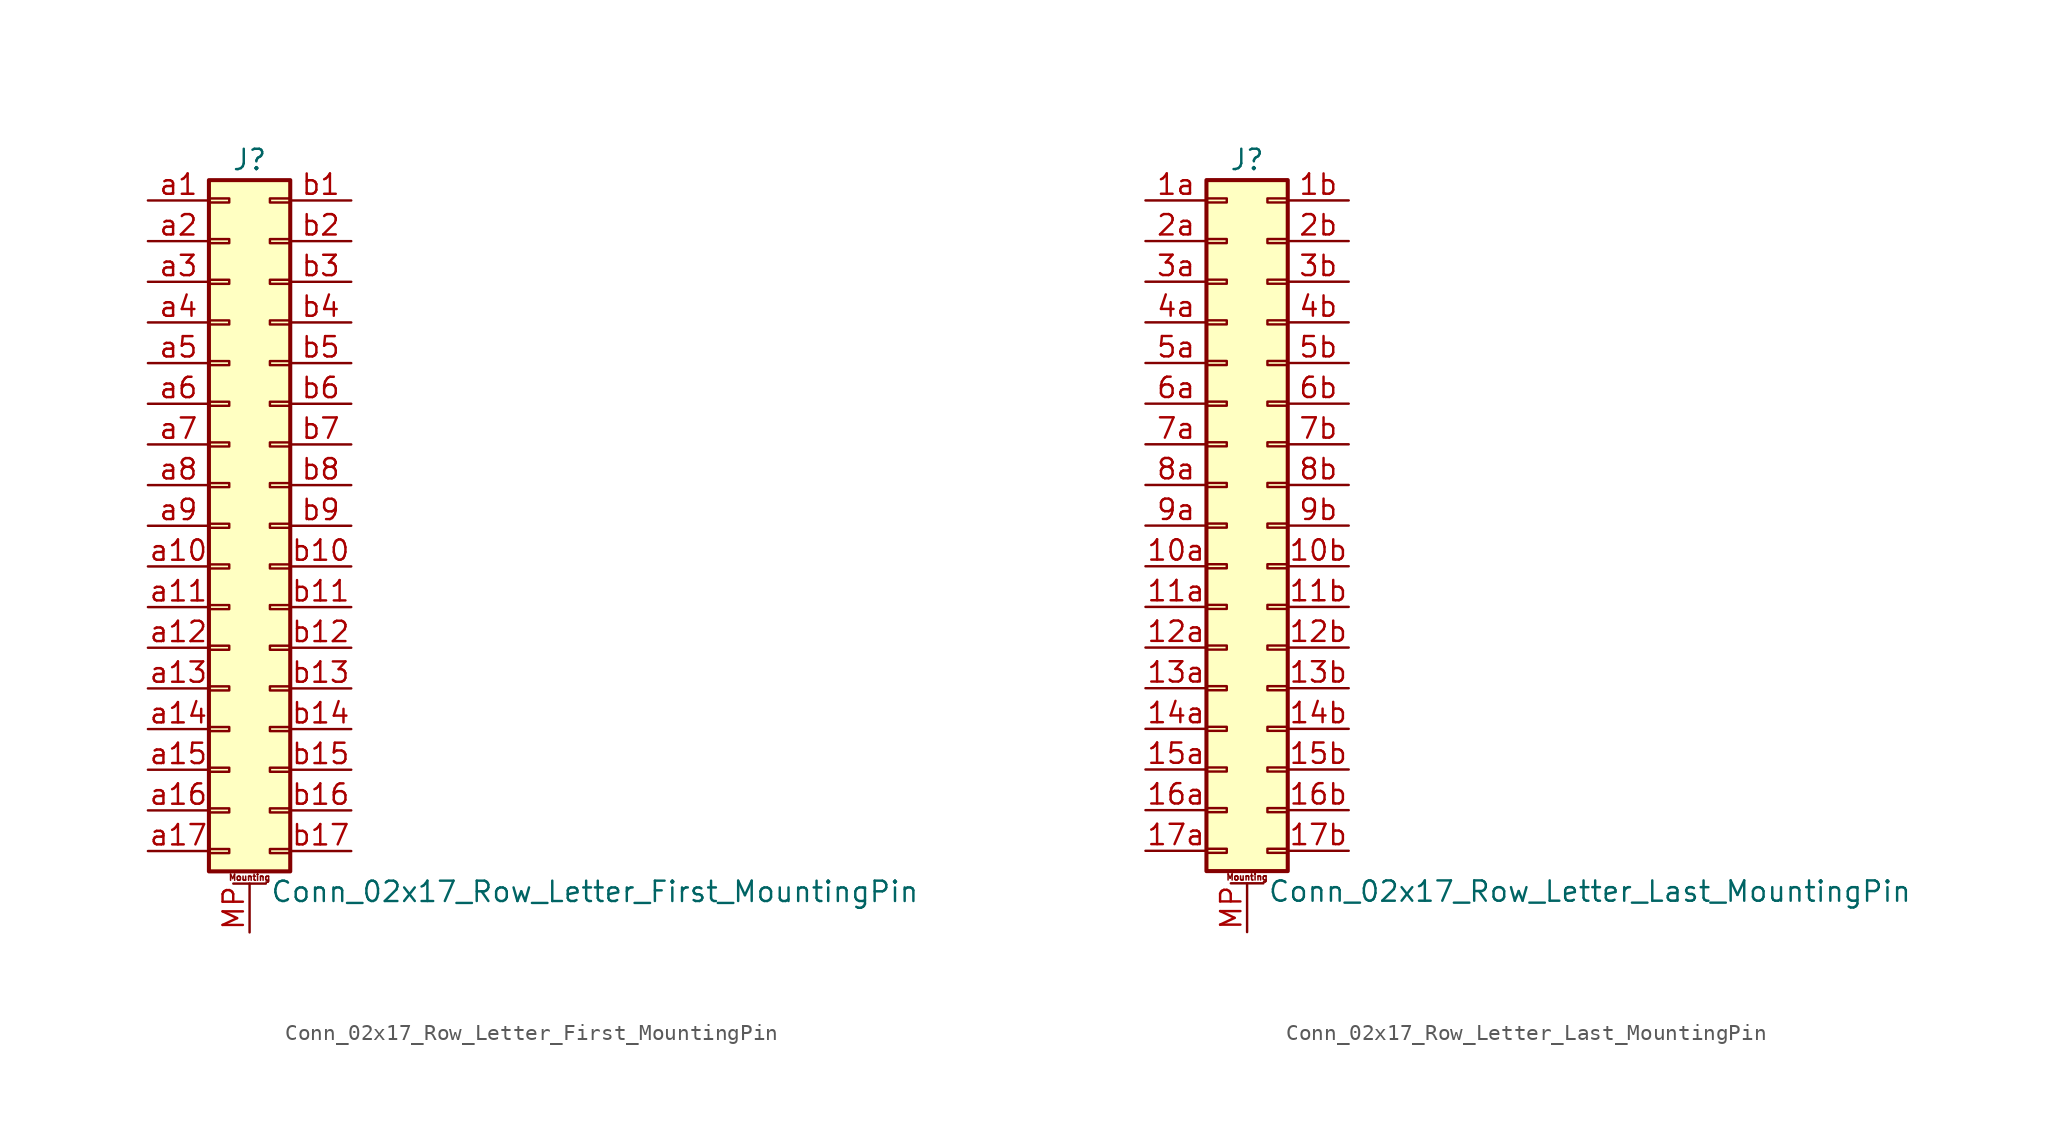
<source format=kicad_sym>
(kicad_symbol_lib
  (version 20211014)
  (generator kicad_symbol_editor)
  (symbol "Conn_02x17_Row_Letter_First_MountingPin"
    (pin_names
      (offset 1.016) hide)
    (property "Reference" "J"
      (at 1.27 22.86 0)
      (effects (font (size 1.27 1.27))))
    (property "Value" "Conn_02x17_Row_Letter_First_MountingPin"
      (at 2.54 -22.86 0)
      (effects (font (size 1.27 1.27)) (justify left)))
    (symbol "Conn_02x17_Row_Letter_First_MountingPin_1_1"
      (rectangle (start -1.27 -20.193) (end 0 -20.447) (stroke (width 0.152) (type default) (color 0 0 0 0)) (fill (type none)))
      (rectangle (start -1.27 -17.653) (end 0 -17.907) (stroke (width 0.152) (type default) (color 0 0 0 0)) (fill (type none)))
      (rectangle (start -1.27 -15.113) (end 0 -15.367) (stroke (width 0.152) (type default) (color 0 0 0 0)) (fill (type none)))
      (rectangle (start -1.27 -12.573) (end 0 -12.827) (stroke (width 0.152) (type default) (color 0 0 0 0)) (fill (type none)))
      (rectangle (start -1.27 -10.033) (end 0 -10.287) (stroke (width 0.152) (type default) (color 0 0 0 0)) (fill (type none)))
      (rectangle (start -1.27 -7.493) (end 0 -7.747) (stroke (width 0.152) (type default) (color 0 0 0 0)) (fill (type none)))
      (rectangle (start -1.27 -4.953) (end 0 -5.207) (stroke (width 0.152) (type default) (color 0 0 0 0)) (fill (type none)))
      (rectangle (start -1.27 -2.413) (end 0 -2.667) (stroke (width 0.152) (type default) (color 0 0 0 0)) (fill (type none)))
      (rectangle (start -1.27 0.127) (end 0 -0.127) (stroke (width 0.152) (type default) (color 0 0 0 0)) (fill (type none)))
      (rectangle (start -1.27 2.667) (end 0 2.413) (stroke (width 0.152) (type default) (color 0 0 0 0)) (fill (type none)))
      (rectangle (start -1.27 5.207) (end 0 4.953) (stroke (width 0.152) (type default) (color 0 0 0 0)) (fill (type none)))
      (rectangle (start -1.27 7.747) (end 0 7.493) (stroke (width 0.152) (type default) (color 0 0 0 0)) (fill (type none)))
      (rectangle (start -1.27 10.287) (end 0 10.033) (stroke (width 0.152) (type default) (color 0 0 0 0)) (fill (type none)))
      (rectangle (start -1.27 12.827) (end 0 12.573) (stroke (width 0.152) (type default) (color 0 0 0 0)) (fill (type none)))
      (rectangle (start -1.27 15.367) (end 0 15.113) (stroke (width 0.152) (type default) (color 0 0 0 0)) (fill (type none)))
      (rectangle (start -1.27 17.907) (end 0 17.653) (stroke (width 0.152) (type default) (color 0 0 0 0)) (fill (type none)))
      (rectangle (start -1.27 20.447) (end 0 20.193) (stroke (width 0.152) (type default) (color 0 0 0 0)) (fill (type none)))
      (rectangle (start -1.27 21.59) (end 3.81 -21.59) (stroke (width 0.254) (type default) (color 0 0 0 0)) (fill (type background)))
      (polyline (pts (xy 0.254 -22.352) (xy 2.286 -22.352)) (stroke (width 0.152) (type default) (color 0 0 0 0)) (fill (type none)))
      (rectangle (start 3.81 -20.193) (end 2.54 -20.447) (stroke (width 0.152) (type default) (color 0 0 0 0)) (fill (type none)))
      (rectangle (start 3.81 -17.653) (end 2.54 -17.907) (stroke (width 0.152) (type default) (color 0 0 0 0)) (fill (type none)))
      (rectangle (start 3.81 -15.113) (end 2.54 -15.367) (stroke (width 0.152) (type default) (color 0 0 0 0)) (fill (type none)))
      (rectangle (start 3.81 -12.573) (end 2.54 -12.827) (stroke (width 0.152) (type default) (color 0 0 0 0)) (fill (type none)))
      (rectangle (start 3.81 -10.033) (end 2.54 -10.287) (stroke (width 0.152) (type default) (color 0 0 0 0)) (fill (type none)))
      (rectangle (start 3.81 -7.493) (end 2.54 -7.747) (stroke (width 0.152) (type default) (color 0 0 0 0)) (fill (type none)))
      (rectangle (start 3.81 -4.953) (end 2.54 -5.207) (stroke (width 0.152) (type default) (color 0 0 0 0)) (fill (type none)))
      (rectangle (start 3.81 -2.413) (end 2.54 -2.667) (stroke (width 0.152) (type default) (color 0 0 0 0)) (fill (type none)))
      (rectangle (start 3.81 0.127) (end 2.54 -0.127) (stroke (width 0.152) (type default) (color 0 0 0 0)) (fill (type none)))
      (rectangle (start 3.81 2.667) (end 2.54 2.413) (stroke (width 0.152) (type default) (color 0 0 0 0)) (fill (type none)))
      (rectangle (start 3.81 5.207) (end 2.54 4.953) (stroke (width 0.152) (type default) (color 0 0 0 0)) (fill (type none)))
      (rectangle (start 3.81 7.747) (end 2.54 7.493) (stroke (width 0.152) (type default) (color 0 0 0 0)) (fill (type none)))
      (rectangle (start 3.81 10.287) (end 2.54 10.033) (stroke (width 0.152) (type default) (color 0 0 0 0)) (fill (type none)))
      (rectangle (start 3.81 12.827) (end 2.54 12.573) (stroke (width 0.152) (type default) (color 0 0 0 0)) (fill (type none)))
      (rectangle (start 3.81 15.367) (end 2.54 15.113) (stroke (width 0.152) (type default) (color 0 0 0 0)) (fill (type none)))
      (rectangle (start 3.81 17.907) (end 2.54 17.653) (stroke (width 0.152) (type default) (color 0 0 0 0)) (fill (type none)))
      (rectangle (start 3.81 20.447) (end 2.54 20.193) (stroke (width 0.152) (type default) (color 0 0 0 0)) (fill (type none)))
      (text "Mounting" (at 1.27 -21.971 0) (effects (font (size 0.381 0.381))))
      (pin passive line (at 1.27 -25.4 90) (length 3.048) (name "MountPin" (effects (font (size 1.27 1.27)))) (number "MP" (effects (font (size 1.27 1.27)))))
      (pin passive line (at -5.08 20.32 0) (length 3.81) (name "Pin_a1" (effects (font (size 1.27 1.27)))) (number "a1" (effects (font (size 1.27 1.27)))))
      (pin passive line (at -5.08 -2.54 0) (length 3.81) (name "Pin_a10" (effects (font (size 1.27 1.27)))) (number "a10" (effects (font (size 1.27 1.27)))))
      (pin passive line (at -5.08 -5.08 0) (length 3.81) (name "Pin_a11" (effects (font (size 1.27 1.27)))) (number "a11" (effects (font (size 1.27 1.27)))))
      (pin passive line (at -5.08 -7.62 0) (length 3.81) (name "Pin_a12" (effects (font (size 1.27 1.27)))) (number "a12" (effects (font (size 1.27 1.27)))))
      (pin passive line (at -5.08 -10.16 0) (length 3.81) (name "Pin_a13" (effects (font (size 1.27 1.27)))) (number "a13" (effects (font (size 1.27 1.27)))))
      (pin passive line (at -5.08 -12.7 0) (length 3.81) (name "Pin_a14" (effects (font (size 1.27 1.27)))) (number "a14" (effects (font (size 1.27 1.27)))))
      (pin passive line (at -5.08 -15.24 0) (length 3.81) (name "Pin_a15" (effects (font (size 1.27 1.27)))) (number "a15" (effects (font (size 1.27 1.27)))))
      (pin passive line (at -5.08 -17.78 0) (length 3.81) (name "Pin_a16" (effects (font (size 1.27 1.27)))) (number "a16" (effects (font (size 1.27 1.27)))))
      (pin passive line (at -5.08 -20.32 0) (length 3.81) (name "Pin_a17" (effects (font (size 1.27 1.27)))) (number "a17" (effects (font (size 1.27 1.27)))))
      (pin passive line (at -5.08 17.78 0) (length 3.81) (name "Pin_a2" (effects (font (size 1.27 1.27)))) (number "a2" (effects (font (size 1.27 1.27)))))
      (pin passive line (at -5.08 15.24 0) (length 3.81) (name "Pin_a3" (effects (font (size 1.27 1.27)))) (number "a3" (effects (font (size 1.27 1.27)))))
      (pin passive line (at -5.08 12.7 0) (length 3.81) (name "Pin_a4" (effects (font (size 1.27 1.27)))) (number "a4" (effects (font (size 1.27 1.27)))))
      (pin passive line (at -5.08 10.16 0) (length 3.81) (name "Pin_a5" (effects (font (size 1.27 1.27)))) (number "a5" (effects (font (size 1.27 1.27)))))
      (pin passive line (at -5.08 7.62 0) (length 3.81) (name "Pin_a6" (effects (font (size 1.27 1.27)))) (number "a6" (effects (font (size 1.27 1.27)))))
      (pin passive line (at -5.08 5.08 0) (length 3.81) (name "Pin_a7" (effects (font (size 1.27 1.27)))) (number "a7" (effects (font (size 1.27 1.27)))))
      (pin passive line (at -5.08 2.54 0) (length 3.81) (name "Pin_a8" (effects (font (size 1.27 1.27)))) (number "a8" (effects (font (size 1.27 1.27)))))
      (pin passive line (at -5.08 0 0) (length 3.81) (name "Pin_a9" (effects (font (size 1.27 1.27)))) (number "a9" (effects (font (size 1.27 1.27)))))
      (pin passive line (at 7.62 20.32 180) (length 3.81) (name "Pin_b1" (effects (font (size 1.27 1.27)))) (number "b1" (effects (font (size 1.27 1.27)))))
      (pin passive line (at 7.62 -2.54 180) (length 3.81) (name "Pin_b10" (effects (font (size 1.27 1.27)))) (number "b10" (effects (font (size 1.27 1.27)))))
      (pin passive line (at 7.62 -5.08 180) (length 3.81) (name "Pin_b11" (effects (font (size 1.27 1.27)))) (number "b11" (effects (font (size 1.27 1.27)))))
      (pin passive line (at 7.62 -7.62 180) (length 3.81) (name "Pin_b12" (effects (font (size 1.27 1.27)))) (number "b12" (effects (font (size 1.27 1.27)))))
      (pin passive line (at 7.62 -10.16 180) (length 3.81) (name "Pin_b13" (effects (font (size 1.27 1.27)))) (number "b13" (effects (font (size 1.27 1.27)))))
      (pin passive line (at 7.62 -12.7 180) (length 3.81) (name "Pin_b14" (effects (font (size 1.27 1.27)))) (number "b14" (effects (font (size 1.27 1.27)))))
      (pin passive line (at 7.62 -15.24 180) (length 3.81) (name "Pin_b15" (effects (font (size 1.27 1.27)))) (number "b15" (effects (font (size 1.27 1.27)))))
      (pin passive line (at 7.62 -17.78 180) (length 3.81) (name "Pin_b16" (effects (font (size 1.27 1.27)))) (number "b16" (effects (font (size 1.27 1.27)))))
      (pin passive line (at 7.62 -20.32 180) (length 3.81) (name "Pin_b17" (effects (font (size 1.27 1.27)))) (number "b17" (effects (font (size 1.27 1.27)))))
      (pin passive line (at 7.62 17.78 180) (length 3.81) (name "Pin_b2" (effects (font (size 1.27 1.27)))) (number "b2" (effects (font (size 1.27 1.27)))))
      (pin passive line (at 7.62 15.24 180) (length 3.81) (name "Pin_b3" (effects (font (size 1.27 1.27)))) (number "b3" (effects (font (size 1.27 1.27)))))
      (pin passive line (at 7.62 12.7 180) (length 3.81) (name "Pin_b4" (effects (font (size 1.27 1.27)))) (number "b4" (effects (font (size 1.27 1.27)))))
      (pin passive line (at 7.62 10.16 180) (length 3.81) (name "Pin_b5" (effects (font (size 1.27 1.27)))) (number "b5" (effects (font (size 1.27 1.27)))))
      (pin passive line (at 7.62 7.62 180) (length 3.81) (name "Pin_b6" (effects (font (size 1.27 1.27)))) (number "b6" (effects (font (size 1.27 1.27)))))
      (pin passive line (at 7.62 5.08 180) (length 3.81) (name "Pin_b7" (effects (font (size 1.27 1.27)))) (number "b7" (effects (font (size 1.27 1.27)))))
      (pin passive line (at 7.62 2.54 180) (length 3.81) (name "Pin_b8" (effects (font (size 1.27 1.27)))) (number "b8" (effects (font (size 1.27 1.27)))))
      (pin passive line (at 7.62 0 180) (length 3.81) (name "Pin_b9" (effects (font (size 1.27 1.27)))) (number "b9" (effects (font (size 1.27 1.27)))))))
  (symbol "Conn_02x17_Row_Letter_Last_MountingPin"
    (pin_names
      (offset 1.016) hide)
    (property "Reference" "J"
      (at 1.27 22.86 0)
      (effects (font (size 1.27 1.27))))
    (property "Value" "Conn_02x17_Row_Letter_Last_MountingPin"
      (at 2.54 -22.86 0)
      (effects (font (size 1.27 1.27)) (justify left)))
    (symbol "Conn_02x17_Row_Letter_Last_MountingPin_1_1"
      (rectangle (start -1.27 -20.193) (end 0 -20.447) (stroke (width 0.152) (type default) (color 0 0 0 0)) (fill (type none)))
      (rectangle (start -1.27 -17.653) (end 0 -17.907) (stroke (width 0.152) (type default) (color 0 0 0 0)) (fill (type none)))
      (rectangle (start -1.27 -15.113) (end 0 -15.367) (stroke (width 0.152) (type default) (color 0 0 0 0)) (fill (type none)))
      (rectangle (start -1.27 -12.573) (end 0 -12.827) (stroke (width 0.152) (type default) (color 0 0 0 0)) (fill (type none)))
      (rectangle (start -1.27 -10.033) (end 0 -10.287) (stroke (width 0.152) (type default) (color 0 0 0 0)) (fill (type none)))
      (rectangle (start -1.27 -7.493) (end 0 -7.747) (stroke (width 0.152) (type default) (color 0 0 0 0)) (fill (type none)))
      (rectangle (start -1.27 -4.953) (end 0 -5.207) (stroke (width 0.152) (type default) (color 0 0 0 0)) (fill (type none)))
      (rectangle (start -1.27 -2.413) (end 0 -2.667) (stroke (width 0.152) (type default) (color 0 0 0 0)) (fill (type none)))
      (rectangle (start -1.27 0.127) (end 0 -0.127) (stroke (width 0.152) (type default) (color 0 0 0 0)) (fill (type none)))
      (rectangle (start -1.27 2.667) (end 0 2.413) (stroke (width 0.152) (type default) (color 0 0 0 0)) (fill (type none)))
      (rectangle (start -1.27 5.207) (end 0 4.953) (stroke (width 0.152) (type default) (color 0 0 0 0)) (fill (type none)))
      (rectangle (start -1.27 7.747) (end 0 7.493) (stroke (width 0.152) (type default) (color 0 0 0 0)) (fill (type none)))
      (rectangle (start -1.27 10.287) (end 0 10.033) (stroke (width 0.152) (type default) (color 0 0 0 0)) (fill (type none)))
      (rectangle (start -1.27 12.827) (end 0 12.573) (stroke (width 0.152) (type default) (color 0 0 0 0)) (fill (type none)))
      (rectangle (start -1.27 15.367) (end 0 15.113) (stroke (width 0.152) (type default) (color 0 0 0 0)) (fill (type none)))
      (rectangle (start -1.27 17.907) (end 0 17.653) (stroke (width 0.152) (type default) (color 0 0 0 0)) (fill (type none)))
      (rectangle (start -1.27 20.447) (end 0 20.193) (stroke (width 0.152) (type default) (color 0 0 0 0)) (fill (type none)))
      (rectangle (start -1.27 21.59) (end 3.81 -21.59) (stroke (width 0.254) (type default) (color 0 0 0 0)) (fill (type background)))
      (polyline (pts (xy 0.254 -22.352) (xy 2.286 -22.352)) (stroke (width 0.152) (type default) (color 0 0 0 0)) (fill (type none)))
      (rectangle (start 3.81 -20.193) (end 2.54 -20.447) (stroke (width 0.152) (type default) (color 0 0 0 0)) (fill (type none)))
      (rectangle (start 3.81 -17.653) (end 2.54 -17.907) (stroke (width 0.152) (type default) (color 0 0 0 0)) (fill (type none)))
      (rectangle (start 3.81 -15.113) (end 2.54 -15.367) (stroke (width 0.152) (type default) (color 0 0 0 0)) (fill (type none)))
      (rectangle (start 3.81 -12.573) (end 2.54 -12.827) (stroke (width 0.152) (type default) (color 0 0 0 0)) (fill (type none)))
      (rectangle (start 3.81 -10.033) (end 2.54 -10.287) (stroke (width 0.152) (type default) (color 0 0 0 0)) (fill (type none)))
      (rectangle (start 3.81 -7.493) (end 2.54 -7.747) (stroke (width 0.152) (type default) (color 0 0 0 0)) (fill (type none)))
      (rectangle (start 3.81 -4.953) (end 2.54 -5.207) (stroke (width 0.152) (type default) (color 0 0 0 0)) (fill (type none)))
      (rectangle (start 3.81 -2.413) (end 2.54 -2.667) (stroke (width 0.152) (type default) (color 0 0 0 0)) (fill (type none)))
      (rectangle (start 3.81 0.127) (end 2.54 -0.127) (stroke (width 0.152) (type default) (color 0 0 0 0)) (fill (type none)))
      (rectangle (start 3.81 2.667) (end 2.54 2.413) (stroke (width 0.152) (type default) (color 0 0 0 0)) (fill (type none)))
      (rectangle (start 3.81 5.207) (end 2.54 4.953) (stroke (width 0.152) (type default) (color 0 0 0 0)) (fill (type none)))
      (rectangle (start 3.81 7.747) (end 2.54 7.493) (stroke (width 0.152) (type default) (color 0 0 0 0)) (fill (type none)))
      (rectangle (start 3.81 10.287) (end 2.54 10.033) (stroke (width 0.152) (type default) (color 0 0 0 0)) (fill (type none)))
      (rectangle (start 3.81 12.827) (end 2.54 12.573) (stroke (width 0.152) (type default) (color 0 0 0 0)) (fill (type none)))
      (rectangle (start 3.81 15.367) (end 2.54 15.113) (stroke (width 0.152) (type default) (color 0 0 0 0)) (fill (type none)))
      (rectangle (start 3.81 17.907) (end 2.54 17.653) (stroke (width 0.152) (type default) (color 0 0 0 0)) (fill (type none)))
      (rectangle (start 3.81 20.447) (end 2.54 20.193) (stroke (width 0.152) (type default) (color 0 0 0 0)) (fill (type none)))
      (text "Mounting" (at 1.27 -21.971 0) (effects (font (size 0.381 0.381))))
      (pin passive line (at -5.08 -2.54 0) (length 3.81) (name "Pin_10a" (effects (font (size 1.27 1.27)))) (number "10a" (effects (font (size 1.27 1.27)))))
      (pin passive line (at 7.62 -2.54 180) (length 3.81) (name "Pin_10b" (effects (font (size 1.27 1.27)))) (number "10b" (effects (font (size 1.27 1.27)))))
      (pin passive line (at -5.08 -5.08 0) (length 3.81) (name "Pin_11a" (effects (font (size 1.27 1.27)))) (number "11a" (effects (font (size 1.27 1.27)))))
      (pin passive line (at 7.62 -5.08 180) (length 3.81) (name "Pin_11b" (effects (font (size 1.27 1.27)))) (number "11b" (effects (font (size 1.27 1.27)))))
      (pin passive line (at -5.08 -7.62 0) (length 3.81) (name "Pin_12a" (effects (font (size 1.27 1.27)))) (number "12a" (effects (font (size 1.27 1.27)))))
      (pin passive line (at 7.62 -7.62 180) (length 3.81) (name "Pin_12b" (effects (font (size 1.27 1.27)))) (number "12b" (effects (font (size 1.27 1.27)))))
      (pin passive line (at -5.08 -10.16 0) (length 3.81) (name "Pin_13a" (effects (font (size 1.27 1.27)))) (number "13a" (effects (font (size 1.27 1.27)))))
      (pin passive line (at 7.62 -10.16 180) (length 3.81) (name "Pin_13b" (effects (font (size 1.27 1.27)))) (number "13b" (effects (font (size 1.27 1.27)))))
      (pin passive line (at -5.08 -12.7 0) (length 3.81) (name "Pin_14a" (effects (font (size 1.27 1.27)))) (number "14a" (effects (font (size 1.27 1.27)))))
      (pin passive line (at 7.62 -12.7 180) (length 3.81) (name "Pin_14b" (effects (font (size 1.27 1.27)))) (number "14b" (effects (font (size 1.27 1.27)))))
      (pin passive line (at -5.08 -15.24 0) (length 3.81) (name "Pin_15a" (effects (font (size 1.27 1.27)))) (number "15a" (effects (font (size 1.27 1.27)))))
      (pin passive line (at 7.62 -15.24 180) (length 3.81) (name "Pin_15b" (effects (font (size 1.27 1.27)))) (number "15b" (effects (font (size 1.27 1.27)))))
      (pin passive line (at -5.08 -17.78 0) (length 3.81) (name "Pin_16a" (effects (font (size 1.27 1.27)))) (number "16a" (effects (font (size 1.27 1.27)))))
      (pin passive line (at 7.62 -17.78 180) (length 3.81) (name "Pin_16b" (effects (font (size 1.27 1.27)))) (number "16b" (effects (font (size 1.27 1.27)))))
      (pin passive line (at -5.08 -20.32 0) (length 3.81) (name "Pin_17a" (effects (font (size 1.27 1.27)))) (number "17a" (effects (font (size 1.27 1.27)))))
      (pin passive line (at 7.62 -20.32 180) (length 3.81) (name "Pin_17b" (effects (font (size 1.27 1.27)))) (number "17b" (effects (font (size 1.27 1.27)))))
      (pin passive line (at -5.08 20.32 0) (length 3.81) (name "Pin_1a" (effects (font (size 1.27 1.27)))) (number "1a" (effects (font (size 1.27 1.27)))))
      (pin passive line (at 7.62 20.32 180) (length 3.81) (name "Pin_1b" (effects (font (size 1.27 1.27)))) (number "1b" (effects (font (size 1.27 1.27)))))
      (pin passive line (at -5.08 17.78 0) (length 3.81) (name "Pin_2a" (effects (font (size 1.27 1.27)))) (number "2a" (effects (font (size 1.27 1.27)))))
      (pin passive line (at 7.62 17.78 180) (length 3.81) (name "Pin_2b" (effects (font (size 1.27 1.27)))) (number "2b" (effects (font (size 1.27 1.27)))))
      (pin passive line (at -5.08 15.24 0) (length 3.81) (name "Pin_3a" (effects (font (size 1.27 1.27)))) (number "3a" (effects (font (size 1.27 1.27)))))
      (pin passive line (at 7.62 15.24 180) (length 3.81) (name "Pin_3b" (effects (font (size 1.27 1.27)))) (number "3b" (effects (font (size 1.27 1.27)))))
      (pin passive line (at -5.08 12.7 0) (length 3.81) (name "Pin_4a" (effects (font (size 1.27 1.27)))) (number "4a" (effects (font (size 1.27 1.27)))))
      (pin passive line (at 7.62 12.7 180) (length 3.81) (name "Pin_4b" (effects (font (size 1.27 1.27)))) (number "4b" (effects (font (size 1.27 1.27)))))
      (pin passive line (at -5.08 10.16 0) (length 3.81) (name "Pin_5a" (effects (font (size 1.27 1.27)))) (number "5a" (effects (font (size 1.27 1.27)))))
      (pin passive line (at 7.62 10.16 180) (length 3.81) (name "Pin_5b" (effects (font (size 1.27 1.27)))) (number "5b" (effects (font (size 1.27 1.27)))))
      (pin passive line (at -5.08 7.62 0) (length 3.81) (name "Pin_6a" (effects (font (size 1.27 1.27)))) (number "6a" (effects (font (size 1.27 1.27)))))
      (pin passive line (at 7.62 7.62 180) (length 3.81) (name "Pin_6b" (effects (font (size 1.27 1.27)))) (number "6b" (effects (font (size 1.27 1.27)))))
      (pin passive line (at -5.08 5.08 0) (length 3.81) (name "Pin_7a" (effects (font (size 1.27 1.27)))) (number "7a" (effects (font (size 1.27 1.27)))))
      (pin passive line (at 7.62 5.08 180) (length 3.81) (name "Pin_7b" (effects (font (size 1.27 1.27)))) (number "7b" (effects (font (size 1.27 1.27)))))
      (pin passive line (at -5.08 2.54 0) (length 3.81) (name "Pin_8a" (effects (font (size 1.27 1.27)))) (number "8a" (effects (font (size 1.27 1.27)))))
      (pin passive line (at 7.62 2.54 180) (length 3.81) (name "Pin_8b" (effects (font (size 1.27 1.27)))) (number "8b" (effects (font (size 1.27 1.27)))))
      (pin passive line (at -5.08 0 0) (length 3.81) (name "Pin_9a" (effects (font (size 1.27 1.27)))) (number "9a" (effects (font (size 1.27 1.27)))))
      (pin passive line (at 7.62 0 180) (length 3.81) (name "Pin_9b" (effects (font (size 1.27 1.27)))) (number "9b" (effects (font (size 1.27 1.27)))))
      (pin passive line (at 1.27 -25.4 90) (length 3.048) (name "MountPin" (effects (font (size 1.27 1.27)))) (number "MP" (effects (font (size 1.27 1.27))))))))
</source>
